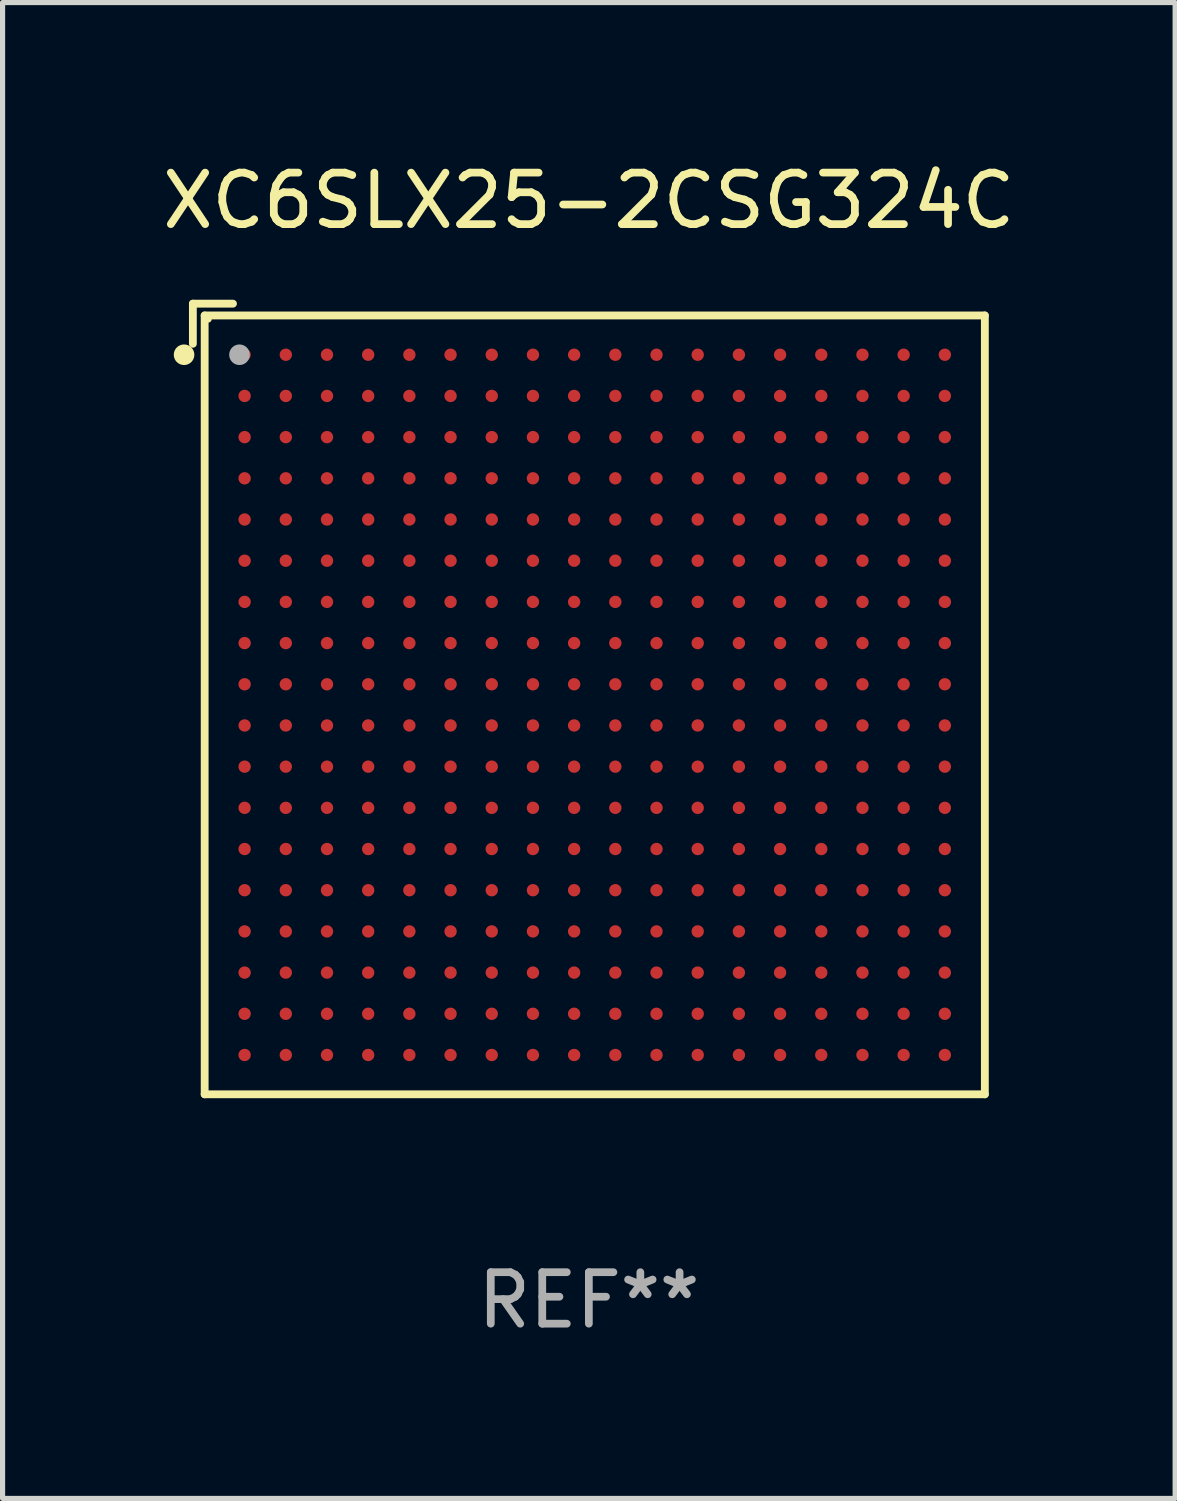
<source format=kicad_pcb>
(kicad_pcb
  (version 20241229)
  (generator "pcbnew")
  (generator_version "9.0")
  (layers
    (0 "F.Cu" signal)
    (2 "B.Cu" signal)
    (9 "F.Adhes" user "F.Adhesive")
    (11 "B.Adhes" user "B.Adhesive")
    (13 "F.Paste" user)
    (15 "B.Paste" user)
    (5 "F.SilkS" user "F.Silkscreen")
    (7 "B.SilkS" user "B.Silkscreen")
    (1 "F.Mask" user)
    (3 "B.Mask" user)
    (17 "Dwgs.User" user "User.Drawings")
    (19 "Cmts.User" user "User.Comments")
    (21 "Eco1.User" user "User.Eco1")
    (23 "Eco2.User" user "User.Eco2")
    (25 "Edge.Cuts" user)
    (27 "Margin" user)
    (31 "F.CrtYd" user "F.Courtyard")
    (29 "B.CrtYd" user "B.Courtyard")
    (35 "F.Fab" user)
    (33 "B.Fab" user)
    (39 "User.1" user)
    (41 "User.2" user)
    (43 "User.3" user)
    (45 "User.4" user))
  (footprint "XC6SLX25-2CSG324C"
    (layer "F.Cu")
    (at 8.387 10.526)
    (property "Reference" "XC6SLX25-2CSG324C" (at 0 -9.678 0) (layer "F.SilkS") (effects (font (size 1 1) (thickness 0.15))))
    (attr through_hole)
    (fp_line (start -7.691 -7.678) (end -7.691 -6.899) (stroke (width 0.152) (type solid)) (layer "F.SilkS"))
    (fp_line (start -7.462 -7.449) (end 7.691 -7.449) (stroke (width 0.152) (type solid)) (layer "F.SilkS"))
    (fp_line (start -7.462 7.678) (end -7.462 -7.449) (stroke (width 0.152) (type solid)) (layer "F.SilkS"))
    (fp_line (start -6.912 -7.678) (end -7.691 -7.678) (stroke (width 0.152) (type solid)) (layer "F.SilkS"))
    (fp_line (start 7.691 -7.449) (end 7.691 7.678) (stroke (width 0.152) (type solid)) (layer "F.SilkS"))
    (fp_line (start 7.691 7.678) (end -7.462 7.678) (stroke (width 0.152) (type solid)) (layer "F.SilkS"))
    (fp_circle (center -7.862 -6.686) (end -7.762 -6.686) (stroke (width 0.2) (type solid)) (fill no) (layer "F.SilkS"))
    (fp_circle (center -7.386 -7.373) (end -7.356 -7.373) (stroke (width 0.06) (type solid)) (fill no) (layer "F.SilkS"))
    (fp_circle (center -6.786 -6.686) (end -6.686 -6.686) (stroke (width 0.2) (type solid)) (fill no) (layer "F.Fab"))
    (fp_text user "REF**" (at 0 11.678 0) (layer "F.Fab") (effects (font (size 1 1) (thickness 0.15))))
    (pad "A1" smd circle (at -6.686 -6.686) (size 0.24 0.24) (layers "F.Cu" "F.Mask" "F.Paste"))
    (pad "A2" smd circle (at -5.886 -6.686) (size 0.24 0.24) (layers "F.Cu" "F.Mask" "F.Paste"))
    (pad "A3" smd circle (at -5.086 -6.686) (size 0.24 0.24) (layers "F.Cu" "F.Mask" "F.Paste"))
    (pad "A4" smd circle (at -4.286 -6.686) (size 0.24 0.24) (layers "F.Cu" "F.Mask" "F.Paste"))
    (pad "A5" smd circle (at -3.486 -6.686) (size 0.24 0.24) (layers "F.Cu" "F.Mask" "F.Paste"))
    (pad "A6" smd circle (at -2.686 -6.686) (size 0.24 0.24) (layers "F.Cu" "F.Mask" "F.Paste"))
    (pad "A7" smd circle (at -1.886 -6.686) (size 0.24 0.24) (layers "F.Cu" "F.Mask" "F.Paste"))
    (pad "A8" smd circle (at -1.086 -6.686) (size 0.24 0.24) (layers "F.Cu" "F.Mask" "F.Paste"))
    (pad "A9" smd circle (at -0.286 -6.686) (size 0.24 0.24) (layers "F.Cu" "F.Mask" "F.Paste"))
    (pad "A10" smd circle (at 0.514 -6.686) (size 0.24 0.24) (layers "F.Cu" "F.Mask" "F.Paste"))
    (pad "A11" smd circle (at 1.314 -6.686) (size 0.24 0.24) (layers "F.Cu" "F.Mask" "F.Paste"))
    (pad "A12" smd circle (at 2.114 -6.686) (size 0.24 0.24) (layers "F.Cu" "F.Mask" "F.Paste"))
    (pad "A13" smd circle (at 2.914 -6.686) (size 0.24 0.24) (layers "F.Cu" "F.Mask" "F.Paste"))
    (pad "A14" smd circle (at 3.714 -6.686) (size 0.24 0.24) (layers "F.Cu" "F.Mask" "F.Paste"))
    (pad "A15" smd circle (at 4.514 -6.686) (size 0.24 0.24) (layers "F.Cu" "F.Mask" "F.Paste"))
    (pad "A16" smd circle (at 5.314 -6.686) (size 0.24 0.24) (layers "F.Cu" "F.Mask" "F.Paste"))
    (pad "A17" smd circle (at 6.114 -6.686) (size 0.24 0.24) (layers "F.Cu" "F.Mask" "F.Paste"))
    (pad "A18" smd circle (at 6.914 -6.686) (size 0.24 0.24) (layers "F.Cu" "F.Mask" "F.Paste"))
    (pad "B1" smd circle (at -6.686 -5.886) (size 0.24 0.24) (layers "F.Cu" "F.Mask" "F.Paste"))
    (pad "B2" smd circle (at -5.886 -5.886) (size 0.24 0.24) (layers "F.Cu" "F.Mask" "F.Paste"))
    (pad "B3" smd circle (at -5.086 -5.886) (size 0.24 0.24) (layers "F.Cu" "F.Mask" "F.Paste"))
    (pad "B4" smd circle (at -4.286 -5.886) (size 0.24 0.24) (layers "F.Cu" "F.Mask" "F.Paste"))
    (pad "B5" smd circle (at -3.486 -5.886) (size 0.24 0.24) (layers "F.Cu" "F.Mask" "F.Paste"))
    (pad "B6" smd circle (at -2.686 -5.886) (size 0.24 0.24) (layers "F.Cu" "F.Mask" "F.Paste"))
    (pad "B7" smd circle (at -1.886 -5.886) (size 0.24 0.24) (layers "F.Cu" "F.Mask" "F.Paste"))
    (pad "B8" smd circle (at -1.086 -5.886) (size 0.24 0.24) (layers "F.Cu" "F.Mask" "F.Paste"))
    (pad "B9" smd circle (at -0.286 -5.886) (size 0.24 0.24) (layers "F.Cu" "F.Mask" "F.Paste"))
    (pad "B10" smd circle (at 0.514 -5.886) (size 0.24 0.24) (layers "F.Cu" "F.Mask" "F.Paste"))
    (pad "B11" smd circle (at 1.314 -5.886) (size 0.24 0.24) (layers "F.Cu" "F.Mask" "F.Paste"))
    (pad "B12" smd circle (at 2.114 -5.886) (size 0.24 0.24) (layers "F.Cu" "F.Mask" "F.Paste"))
    (pad "B13" smd circle (at 2.914 -5.886) (size 0.24 0.24) (layers "F.Cu" "F.Mask" "F.Paste"))
    (pad "B14" smd circle (at 3.714 -5.886) (size 0.24 0.24) (layers "F.Cu" "F.Mask" "F.Paste"))
    (pad "B15" smd circle (at 4.514 -5.886) (size 0.24 0.24) (layers "F.Cu" "F.Mask" "F.Paste"))
    (pad "B16" smd circle (at 5.314 -5.886) (size 0.24 0.24) (layers "F.Cu" "F.Mask" "F.Paste"))
    (pad "B17" smd circle (at 6.114 -5.886) (size 0.24 0.24) (layers "F.Cu" "F.Mask" "F.Paste"))
    (pad "B18" smd circle (at 6.914 -5.886) (size 0.24 0.24) (layers "F.Cu" "F.Mask" "F.Paste"))
    (pad "C1" smd circle (at -6.686 -5.086) (size 0.24 0.24) (layers "F.Cu" "F.Mask" "F.Paste"))
    (pad "C2" smd circle (at -5.886 -5.086) (size 0.24 0.24) (layers "F.Cu" "F.Mask" "F.Paste"))
    (pad "C3" smd circle (at -5.086 -5.086) (size 0.24 0.24) (layers "F.Cu" "F.Mask" "F.Paste"))
    (pad "C4" smd circle (at -4.286 -5.086) (size 0.24 0.24) (layers "F.Cu" "F.Mask" "F.Paste"))
    (pad "C5" smd circle (at -3.486 -5.086) (size 0.24 0.24) (layers "F.Cu" "F.Mask" "F.Paste"))
    (pad "C6" smd circle (at -2.686 -5.086) (size 0.24 0.24) (layers "F.Cu" "F.Mask" "F.Paste"))
    (pad "C7" smd circle (at -1.886 -5.086) (size 0.24 0.24) (layers "F.Cu" "F.Mask" "F.Paste"))
    (pad "C8" smd circle (at -1.086 -5.086) (size 0.24 0.24) (layers "F.Cu" "F.Mask" "F.Paste"))
    (pad "C9" smd circle (at -0.286 -5.086) (size 0.24 0.24) (layers "F.Cu" "F.Mask" "F.Paste"))
    (pad "C10" smd circle (at 0.514 -5.086) (size 0.24 0.24) (layers "F.Cu" "F.Mask" "F.Paste"))
    (pad "C11" smd circle (at 1.314 -5.086) (size 0.24 0.24) (layers "F.Cu" "F.Mask" "F.Paste"))
    (pad "C12" smd circle (at 2.114 -5.086) (size 0.24 0.24) (layers "F.Cu" "F.Mask" "F.Paste"))
    (pad "C13" smd circle (at 2.914 -5.086) (size 0.24 0.24) (layers "F.Cu" "F.Mask" "F.Paste"))
    (pad "C14" smd circle (at 3.714 -5.086) (size 0.24 0.24) (layers "F.Cu" "F.Mask" "F.Paste"))
    (pad "C15" smd circle (at 4.514 -5.086) (size 0.24 0.24) (layers "F.Cu" "F.Mask" "F.Paste"))
    (pad "C16" smd circle (at 5.314 -5.086) (size 0.24 0.24) (layers "F.Cu" "F.Mask" "F.Paste"))
    (pad "C17" smd circle (at 6.114 -5.086) (size 0.24 0.24) (layers "F.Cu" "F.Mask" "F.Paste"))
    (pad "C18" smd circle (at 6.914 -5.086) (size 0.24 0.24) (layers "F.Cu" "F.Mask" "F.Paste"))
    (pad "D1" smd circle (at -6.686 -4.286) (size 0.24 0.24) (layers "F.Cu" "F.Mask" "F.Paste"))
    (pad "D2" smd circle (at -5.886 -4.286) (size 0.24 0.24) (layers "F.Cu" "F.Mask" "F.Paste"))
    (pad "D3" smd circle (at -5.086 -4.286) (size 0.24 0.24) (layers "F.Cu" "F.Mask" "F.Paste"))
    (pad "D4" smd circle (at -4.286 -4.286) (size 0.24 0.24) (layers "F.Cu" "F.Mask" "F.Paste"))
    (pad "D5" smd circle (at -3.486 -4.286) (size 0.24 0.24) (layers "F.Cu" "F.Mask" "F.Paste"))
    (pad "D6" smd circle (at -2.686 -4.286) (size 0.24 0.24) (layers "F.Cu" "F.Mask" "F.Paste"))
    (pad "D7" smd circle (at -1.886 -4.286) (size 0.24 0.24) (layers "F.Cu" "F.Mask" "F.Paste"))
    (pad "D8" smd circle (at -1.086 -4.286) (size 0.24 0.24) (layers "F.Cu" "F.Mask" "F.Paste"))
    (pad "D9" smd circle (at -0.286 -4.286) (size 0.24 0.24) (layers "F.Cu" "F.Mask" "F.Paste"))
    (pad "D10" smd circle (at 0.514 -4.286) (size 0.24 0.24) (layers "F.Cu" "F.Mask" "F.Paste"))
    (pad "D11" smd circle (at 1.314 -4.286) (size 0.24 0.24) (layers "F.Cu" "F.Mask" "F.Paste"))
    (pad "D12" smd circle (at 2.114 -4.286) (size 0.24 0.24) (layers "F.Cu" "F.Mask" "F.Paste"))
    (pad "D13" smd circle (at 2.914 -4.286) (size 0.24 0.24) (layers "F.Cu" "F.Mask" "F.Paste"))
    (pad "D14" smd circle (at 3.714 -4.286) (size 0.24 0.24) (layers "F.Cu" "F.Mask" "F.Paste"))
    (pad "D15" smd circle (at 4.514 -4.286) (size 0.24 0.24) (layers "F.Cu" "F.Mask" "F.Paste"))
    (pad "D16" smd circle (at 5.314 -4.286) (size 0.24 0.24) (layers "F.Cu" "F.Mask" "F.Paste"))
    (pad "D17" smd circle (at 6.114 -4.286) (size 0.24 0.24) (layers "F.Cu" "F.Mask" "F.Paste"))
    (pad "D18" smd circle (at 6.914 -4.286) (size 0.24 0.24) (layers "F.Cu" "F.Mask" "F.Paste"))
    (pad "E1" smd circle (at -6.686 -3.486) (size 0.24 0.24) (layers "F.Cu" "F.Mask" "F.Paste"))
    (pad "E2" smd circle (at -5.886 -3.486) (size 0.24 0.24) (layers "F.Cu" "F.Mask" "F.Paste"))
    (pad "E3" smd circle (at -5.086 -3.486) (size 0.24 0.24) (layers "F.Cu" "F.Mask" "F.Paste"))
    (pad "E4" smd circle (at -4.286 -3.486) (size 0.24 0.24) (layers "F.Cu" "F.Mask" "F.Paste"))
    (pad "E5" smd circle (at -3.486 -3.486) (size 0.24 0.24) (layers "F.Cu" "F.Mask" "F.Paste"))
    (pad "E6" smd circle (at -2.686 -3.486) (size 0.24 0.24) (layers "F.Cu" "F.Mask" "F.Paste"))
    (pad "E7" smd circle (at -1.886 -3.486) (size 0.24 0.24) (layers "F.Cu" "F.Mask" "F.Paste"))
    (pad "E8" smd circle (at -1.086 -3.486) (size 0.24 0.24) (layers "F.Cu" "F.Mask" "F.Paste"))
    (pad "E9" smd circle (at -0.286 -3.486) (size 0.24 0.24) (layers "F.Cu" "F.Mask" "F.Paste"))
    (pad "E10" smd circle (at 0.514 -3.486) (size 0.24 0.24) (layers "F.Cu" "F.Mask" "F.Paste"))
    (pad "E11" smd circle (at 1.314 -3.486) (size 0.24 0.24) (layers "F.Cu" "F.Mask" "F.Paste"))
    (pad "E12" smd circle (at 2.114 -3.486) (size 0.24 0.24) (layers "F.Cu" "F.Mask" "F.Paste"))
    (pad "E13" smd circle (at 2.914 -3.486) (size 0.24 0.24) (layers "F.Cu" "F.Mask" "F.Paste"))
    (pad "E14" smd circle (at 3.714 -3.486) (size 0.24 0.24) (layers "F.Cu" "F.Mask" "F.Paste"))
    (pad "E15" smd circle (at 4.514 -3.486) (size 0.24 0.24) (layers "F.Cu" "F.Mask" "F.Paste"))
    (pad "E16" smd circle (at 5.314 -3.486) (size 0.24 0.24) (layers "F.Cu" "F.Mask" "F.Paste"))
    (pad "E17" smd circle (at 6.114 -3.486) (size 0.24 0.24) (layers "F.Cu" "F.Mask" "F.Paste"))
    (pad "E18" smd circle (at 6.914 -3.486) (size 0.24 0.24) (layers "F.Cu" "F.Mask" "F.Paste"))
    (pad "F1" smd circle (at -6.686 -2.686) (size 0.24 0.24) (layers "F.Cu" "F.Mask" "F.Paste"))
    (pad "F2" smd circle (at -5.886 -2.686) (size 0.24 0.24) (layers "F.Cu" "F.Mask" "F.Paste"))
    (pad "F3" smd circle (at -5.086 -2.686) (size 0.24 0.24) (layers "F.Cu" "F.Mask" "F.Paste"))
    (pad "F4" smd circle (at -4.286 -2.686) (size 0.24 0.24) (layers "F.Cu" "F.Mask" "F.Paste"))
    (pad "F5" smd circle (at -3.486 -2.686) (size 0.24 0.24) (layers "F.Cu" "F.Mask" "F.Paste"))
    (pad "F6" smd circle (at -2.686 -2.686) (size 0.24 0.24) (layers "F.Cu" "F.Mask" "F.Paste"))
    (pad "F7" smd circle (at -1.886 -2.686) (size 0.24 0.24) (layers "F.Cu" "F.Mask" "F.Paste"))
    (pad "F8" smd circle (at -1.086 -2.686) (size 0.24 0.24) (layers "F.Cu" "F.Mask" "F.Paste"))
    (pad "F9" smd circle (at -0.286 -2.686) (size 0.24 0.24) (layers "F.Cu" "F.Mask" "F.Paste"))
    (pad "F10" smd circle (at 0.514 -2.686) (size 0.24 0.24) (layers "F.Cu" "F.Mask" "F.Paste"))
    (pad "F11" smd circle (at 1.314 -2.686) (size 0.24 0.24) (layers "F.Cu" "F.Mask" "F.Paste"))
    (pad "F12" smd circle (at 2.114 -2.686) (size 0.24 0.24) (layers "F.Cu" "F.Mask" "F.Paste"))
    (pad "F13" smd circle (at 2.914 -2.686) (size 0.24 0.24) (layers "F.Cu" "F.Mask" "F.Paste"))
    (pad "F14" smd circle (at 3.714 -2.686) (size 0.24 0.24) (layers "F.Cu" "F.Mask" "F.Paste"))
    (pad "F15" smd circle (at 4.514 -2.686) (size 0.24 0.24) (layers "F.Cu" "F.Mask" "F.Paste"))
    (pad "F16" smd circle (at 5.314 -2.686) (size 0.24 0.24) (layers "F.Cu" "F.Mask" "F.Paste"))
    (pad "F17" smd circle (at 6.114 -2.686) (size 0.24 0.24) (layers "F.Cu" "F.Mask" "F.Paste"))
    (pad "F18" smd circle (at 6.914 -2.686) (size 0.24 0.24) (layers "F.Cu" "F.Mask" "F.Paste"))
    (pad "G1" smd circle (at -6.686 -1.886) (size 0.24 0.24) (layers "F.Cu" "F.Mask" "F.Paste"))
    (pad "G2" smd circle (at -5.886 -1.886) (size 0.24 0.24) (layers "F.Cu" "F.Mask" "F.Paste"))
    (pad "G3" smd circle (at -5.086 -1.886) (size 0.24 0.24) (layers "F.Cu" "F.Mask" "F.Paste"))
    (pad "G4" smd circle (at -4.286 -1.886) (size 0.24 0.24) (layers "F.Cu" "F.Mask" "F.Paste"))
    (pad "G5" smd circle (at -3.486 -1.886) (size 0.24 0.24) (layers "F.Cu" "F.Mask" "F.Paste"))
    (pad "G6" smd circle (at -2.686 -1.886) (size 0.24 0.24) (layers "F.Cu" "F.Mask" "F.Paste"))
    (pad "G7" smd circle (at -1.886 -1.886) (size 0.24 0.24) (layers "F.Cu" "F.Mask" "F.Paste"))
    (pad "G8" smd circle (at -1.086 -1.886) (size 0.24 0.24) (layers "F.Cu" "F.Mask" "F.Paste"))
    (pad "G9" smd circle (at -0.286 -1.886) (size 0.24 0.24) (layers "F.Cu" "F.Mask" "F.Paste"))
    (pad "G10" smd circle (at 0.514 -1.886) (size 0.24 0.24) (layers "F.Cu" "F.Mask" "F.Paste"))
    (pad "G11" smd circle (at 1.314 -1.886) (size 0.24 0.24) (layers "F.Cu" "F.Mask" "F.Paste"))
    (pad "G12" smd circle (at 2.114 -1.886) (size 0.24 0.24) (layers "F.Cu" "F.Mask" "F.Paste"))
    (pad "G13" smd circle (at 2.914 -1.886) (size 0.24 0.24) (layers "F.Cu" "F.Mask" "F.Paste"))
    (pad "G14" smd circle (at 3.714 -1.886) (size 0.24 0.24) (layers "F.Cu" "F.Mask" "F.Paste"))
    (pad "G15" smd circle (at 4.514 -1.886) (size 0.24 0.24) (layers "F.Cu" "F.Mask" "F.Paste"))
    (pad "G16" smd circle (at 5.314 -1.886) (size 0.24 0.24) (layers "F.Cu" "F.Mask" "F.Paste"))
    (pad "G17" smd circle (at 6.114 -1.886) (size 0.24 0.24) (layers "F.Cu" "F.Mask" "F.Paste"))
    (pad "G18" smd circle (at 6.914 -1.886) (size 0.24 0.24) (layers "F.Cu" "F.Mask" "F.Paste"))
    (pad "H1" smd circle (at -6.686 -1.086) (size 0.24 0.24) (layers "F.Cu" "F.Mask" "F.Paste"))
    (pad "H2" smd circle (at -5.886 -1.086) (size 0.24 0.24) (layers "F.Cu" "F.Mask" "F.Paste"))
    (pad "H3" smd circle (at -5.086 -1.086) (size 0.24 0.24) (layers "F.Cu" "F.Mask" "F.Paste"))
    (pad "H4" smd circle (at -4.286 -1.086) (size 0.24 0.24) (layers "F.Cu" "F.Mask" "F.Paste"))
    (pad "H5" smd circle (at -3.486 -1.086) (size 0.24 0.24) (layers "F.Cu" "F.Mask" "F.Paste"))
    (pad "H6" smd circle (at -2.686 -1.086) (size 0.24 0.24) (layers "F.Cu" "F.Mask" "F.Paste"))
    (pad "H7" smd circle (at -1.886 -1.086) (size 0.24 0.24) (layers "F.Cu" "F.Mask" "F.Paste"))
    (pad "H8" smd circle (at -1.086 -1.086) (size 0.24 0.24) (layers "F.Cu" "F.Mask" "F.Paste"))
    (pad "H9" smd circle (at -0.286 -1.086) (size 0.24 0.24) (layers "F.Cu" "F.Mask" "F.Paste"))
    (pad "H10" smd circle (at 0.514 -1.086) (size 0.24 0.24) (layers "F.Cu" "F.Mask" "F.Paste"))
    (pad "H11" smd circle (at 1.314 -1.086) (size 0.24 0.24) (layers "F.Cu" "F.Mask" "F.Paste"))
    (pad "H12" smd circle (at 2.114 -1.086) (size 0.24 0.24) (layers "F.Cu" "F.Mask" "F.Paste"))
    (pad "H13" smd circle (at 2.914 -1.086) (size 0.24 0.24) (layers "F.Cu" "F.Mask" "F.Paste"))
    (pad "H14" smd circle (at 3.714 -1.086) (size 0.24 0.24) (layers "F.Cu" "F.Mask" "F.Paste"))
    (pad "H15" smd circle (at 4.514 -1.086) (size 0.24 0.24) (layers "F.Cu" "F.Mask" "F.Paste"))
    (pad "H16" smd circle (at 5.314 -1.086) (size 0.24 0.24) (layers "F.Cu" "F.Mask" "F.Paste"))
    (pad "H17" smd circle (at 6.114 -1.086) (size 0.24 0.24) (layers "F.Cu" "F.Mask" "F.Paste"))
    (pad "H18" smd circle (at 6.914 -1.086) (size 0.24 0.24) (layers "F.Cu" "F.Mask" "F.Paste"))
    (pad "J1" smd circle (at -6.686 -0.286) (size 0.24 0.24) (layers "F.Cu" "F.Mask" "F.Paste"))
    (pad "J2" smd circle (at -5.886 -0.286) (size 0.24 0.24) (layers "F.Cu" "F.Mask" "F.Paste"))
    (pad "J3" smd circle (at -5.086 -0.286) (size 0.24 0.24) (layers "F.Cu" "F.Mask" "F.Paste"))
    (pad "J4" smd circle (at -4.286 -0.286) (size 0.24 0.24) (layers "F.Cu" "F.Mask" "F.Paste"))
    (pad "J5" smd circle (at -3.486 -0.286) (size 0.24 0.24) (layers "F.Cu" "F.Mask" "F.Paste"))
    (pad "J6" smd circle (at -2.686 -0.286) (size 0.24 0.24) (layers "F.Cu" "F.Mask" "F.Paste"))
    (pad "J7" smd circle (at -1.886 -0.286) (size 0.24 0.24) (layers "F.Cu" "F.Mask" "F.Paste"))
    (pad "J8" smd circle (at -1.086 -0.286) (size 0.24 0.24) (layers "F.Cu" "F.Mask" "F.Paste"))
    (pad "J9" smd circle (at -0.286 -0.286) (size 0.24 0.24) (layers "F.Cu" "F.Mask" "F.Paste"))
    (pad "J10" smd circle (at 0.514 -0.286) (size 0.24 0.24) (layers "F.Cu" "F.Mask" "F.Paste"))
    (pad "J11" smd circle (at 1.314 -0.286) (size 0.24 0.24) (layers "F.Cu" "F.Mask" "F.Paste"))
    (pad "J12" smd circle (at 2.114 -0.286) (size 0.24 0.24) (layers "F.Cu" "F.Mask" "F.Paste"))
    (pad "J13" smd circle (at 2.914 -0.286) (size 0.24 0.24) (layers "F.Cu" "F.Mask" "F.Paste"))
    (pad "J14" smd circle (at 3.714 -0.286) (size 0.24 0.24) (layers "F.Cu" "F.Mask" "F.Paste"))
    (pad "J15" smd circle (at 4.514 -0.286) (size 0.24 0.24) (layers "F.Cu" "F.Mask" "F.Paste"))
    (pad "J16" smd circle (at 5.314 -0.286) (size 0.24 0.24) (layers "F.Cu" "F.Mask" "F.Paste"))
    (pad "J17" smd circle (at 6.114 -0.286) (size 0.24 0.24) (layers "F.Cu" "F.Mask" "F.Paste"))
    (pad "J18" smd circle (at 6.914 -0.286) (size 0.24 0.24) (layers "F.Cu" "F.Mask" "F.Paste"))
    (pad "K1" smd circle (at -6.686 0.514) (size 0.24 0.24) (layers "F.Cu" "F.Mask" "F.Paste"))
    (pad "K2" smd circle (at -5.886 0.514) (size 0.24 0.24) (layers "F.Cu" "F.Mask" "F.Paste"))
    (pad "K3" smd circle (at -5.086 0.514) (size 0.24 0.24) (layers "F.Cu" "F.Mask" "F.Paste"))
    (pad "K4" smd circle (at -4.286 0.514) (size 0.24 0.24) (layers "F.Cu" "F.Mask" "F.Paste"))
    (pad "K5" smd circle (at -3.486 0.514) (size 0.24 0.24) (layers "F.Cu" "F.Mask" "F.Paste"))
    (pad "K6" smd circle (at -2.686 0.514) (size 0.24 0.24) (layers "F.Cu" "F.Mask" "F.Paste"))
    (pad "K7" smd circle (at -1.886 0.514) (size 0.24 0.24) (layers "F.Cu" "F.Mask" "F.Paste"))
    (pad "K8" smd circle (at -1.086 0.514) (size 0.24 0.24) (layers "F.Cu" "F.Mask" "F.Paste"))
    (pad "K9" smd circle (at -0.286 0.514) (size 0.24 0.24) (layers "F.Cu" "F.Mask" "F.Paste"))
    (pad "K10" smd circle (at 0.514 0.514) (size 0.24 0.24) (layers "F.Cu" "F.Mask" "F.Paste"))
    (pad "K11" smd circle (at 1.314 0.514) (size 0.24 0.24) (layers "F.Cu" "F.Mask" "F.Paste"))
    (pad "K12" smd circle (at 2.114 0.514) (size 0.24 0.24) (layers "F.Cu" "F.Mask" "F.Paste"))
    (pad "K13" smd circle (at 2.914 0.514) (size 0.24 0.24) (layers "F.Cu" "F.Mask" "F.Paste"))
    (pad "K14" smd circle (at 3.714 0.514) (size 0.24 0.24) (layers "F.Cu" "F.Mask" "F.Paste"))
    (pad "K15" smd circle (at 4.514 0.514) (size 0.24 0.24) (layers "F.Cu" "F.Mask" "F.Paste"))
    (pad "K16" smd circle (at 5.314 0.514) (size 0.24 0.24) (layers "F.Cu" "F.Mask" "F.Paste"))
    (pad "K17" smd circle (at 6.114 0.514) (size 0.24 0.24) (layers "F.Cu" "F.Mask" "F.Paste"))
    (pad "K18" smd circle (at 6.914 0.514) (size 0.24 0.24) (layers "F.Cu" "F.Mask" "F.Paste"))
    (pad "L1" smd circle (at -6.686 1.314) (size 0.24 0.24) (layers "F.Cu" "F.Mask" "F.Paste"))
    (pad "L2" smd circle (at -5.886 1.314) (size 0.24 0.24) (layers "F.Cu" "F.Mask" "F.Paste"))
    (pad "L3" smd circle (at -5.086 1.314) (size 0.24 0.24) (layers "F.Cu" "F.Mask" "F.Paste"))
    (pad "L4" smd circle (at -4.286 1.314) (size 0.24 0.24) (layers "F.Cu" "F.Mask" "F.Paste"))
    (pad "L5" smd circle (at -3.486 1.314) (size 0.24 0.24) (layers "F.Cu" "F.Mask" "F.Paste"))
    (pad "L6" smd circle (at -2.686 1.314) (size 0.24 0.24) (layers "F.Cu" "F.Mask" "F.Paste"))
    (pad "L7" smd circle (at -1.886 1.314) (size 0.24 0.24) (layers "F.Cu" "F.Mask" "F.Paste"))
    (pad "L8" smd circle (at -1.086 1.314) (size 0.24 0.24) (layers "F.Cu" "F.Mask" "F.Paste"))
    (pad "L9" smd circle (at -0.286 1.314) (size 0.24 0.24) (layers "F.Cu" "F.Mask" "F.Paste"))
    (pad "L10" smd circle (at 0.514 1.314) (size 0.24 0.24) (layers "F.Cu" "F.Mask" "F.Paste"))
    (pad "L11" smd circle (at 1.314 1.314) (size 0.24 0.24) (layers "F.Cu" "F.Mask" "F.Paste"))
    (pad "L12" smd circle (at 2.114 1.314) (size 0.24 0.24) (layers "F.Cu" "F.Mask" "F.Paste"))
    (pad "L13" smd circle (at 2.914 1.314) (size 0.24 0.24) (layers "F.Cu" "F.Mask" "F.Paste"))
    (pad "L14" smd circle (at 3.714 1.314) (size 0.24 0.24) (layers "F.Cu" "F.Mask" "F.Paste"))
    (pad "L15" smd circle (at 4.514 1.314) (size 0.24 0.24) (layers "F.Cu" "F.Mask" "F.Paste"))
    (pad "L16" smd circle (at 5.314 1.314) (size 0.24 0.24) (layers "F.Cu" "F.Mask" "F.Paste"))
    (pad "L17" smd circle (at 6.114 1.314) (size 0.24 0.24) (layers "F.Cu" "F.Mask" "F.Paste"))
    (pad "L18" smd circle (at 6.914 1.314) (size 0.24 0.24) (layers "F.Cu" "F.Mask" "F.Paste"))
    (pad "M1" smd circle (at -6.686 2.114) (size 0.24 0.24) (layers "F.Cu" "F.Mask" "F.Paste"))
    (pad "M2" smd circle (at -5.886 2.114) (size 0.24 0.24) (layers "F.Cu" "F.Mask" "F.Paste"))
    (pad "M3" smd circle (at -5.086 2.114) (size 0.24 0.24) (layers "F.Cu" "F.Mask" "F.Paste"))
    (pad "M4" smd circle (at -4.286 2.114) (size 0.24 0.24) (layers "F.Cu" "F.Mask" "F.Paste"))
    (pad "M5" smd circle (at -3.486 2.114) (size 0.24 0.24) (layers "F.Cu" "F.Mask" "F.Paste"))
    (pad "M6" smd circle (at -2.686 2.114) (size 0.24 0.24) (layers "F.Cu" "F.Mask" "F.Paste"))
    (pad "M7" smd circle (at -1.886 2.114) (size 0.24 0.24) (layers "F.Cu" "F.Mask" "F.Paste"))
    (pad "M8" smd circle (at -1.086 2.114) (size 0.24 0.24) (layers "F.Cu" "F.Mask" "F.Paste"))
    (pad "M9" smd circle (at -0.286 2.114) (size 0.24 0.24) (layers "F.Cu" "F.Mask" "F.Paste"))
    (pad "M10" smd circle (at 0.514 2.114) (size 0.24 0.24) (layers "F.Cu" "F.Mask" "F.Paste"))
    (pad "M11" smd circle (at 1.314 2.114) (size 0.24 0.24) (layers "F.Cu" "F.Mask" "F.Paste"))
    (pad "M12" smd circle (at 2.114 2.114) (size 0.24 0.24) (layers "F.Cu" "F.Mask" "F.Paste"))
    (pad "M13" smd circle (at 2.914 2.114) (size 0.24 0.24) (layers "F.Cu" "F.Mask" "F.Paste"))
    (pad "M14" smd circle (at 3.714 2.114) (size 0.24 0.24) (layers "F.Cu" "F.Mask" "F.Paste"))
    (pad "M15" smd circle (at 4.514 2.114) (size 0.24 0.24) (layers "F.Cu" "F.Mask" "F.Paste"))
    (pad "M16" smd circle (at 5.314 2.114) (size 0.24 0.24) (layers "F.Cu" "F.Mask" "F.Paste"))
    (pad "M17" smd circle (at 6.114 2.114) (size 0.24 0.24) (layers "F.Cu" "F.Mask" "F.Paste"))
    (pad "M18" smd circle (at 6.914 2.114) (size 0.24 0.24) (layers "F.Cu" "F.Mask" "F.Paste"))
    (pad "N1" smd circle (at -6.686 2.914) (size 0.24 0.24) (layers "F.Cu" "F.Mask" "F.Paste"))
    (pad "N2" smd circle (at -5.886 2.914) (size 0.24 0.24) (layers "F.Cu" "F.Mask" "F.Paste"))
    (pad "N3" smd circle (at -5.086 2.914) (size 0.24 0.24) (layers "F.Cu" "F.Mask" "F.Paste"))
    (pad "N4" smd circle (at -4.286 2.914) (size 0.24 0.24) (layers "F.Cu" "F.Mask" "F.Paste"))
    (pad "N5" smd circle (at -3.486 2.914) (size 0.24 0.24) (layers "F.Cu" "F.Mask" "F.Paste"))
    (pad "N6" smd circle (at -2.686 2.914) (size 0.24 0.24) (layers "F.Cu" "F.Mask" "F.Paste"))
    (pad "N7" smd circle (at -1.886 2.914) (size 0.24 0.24) (layers "F.Cu" "F.Mask" "F.Paste"))
    (pad "N8" smd circle (at -1.086 2.914) (size 0.24 0.24) (layers "F.Cu" "F.Mask" "F.Paste"))
    (pad "N9" smd circle (at -0.286 2.914) (size 0.24 0.24) (layers "F.Cu" "F.Mask" "F.Paste"))
    (pad "N10" smd circle (at 0.514 2.914) (size 0.24 0.24) (layers "F.Cu" "F.Mask" "F.Paste"))
    (pad "N11" smd circle (at 1.314 2.914) (size 0.24 0.24) (layers "F.Cu" "F.Mask" "F.Paste"))
    (pad "N12" smd circle (at 2.114 2.914) (size 0.24 0.24) (layers "F.Cu" "F.Mask" "F.Paste"))
    (pad "N13" smd circle (at 2.914 2.914) (size 0.24 0.24) (layers "F.Cu" "F.Mask" "F.Paste"))
    (pad "N14" smd circle (at 3.714 2.914) (size 0.24 0.24) (layers "F.Cu" "F.Mask" "F.Paste"))
    (pad "N15" smd circle (at 4.514 2.914) (size 0.24 0.24) (layers "F.Cu" "F.Mask" "F.Paste"))
    (pad "N16" smd circle (at 5.314 2.914) (size 0.24 0.24) (layers "F.Cu" "F.Mask" "F.Paste"))
    (pad "N17" smd circle (at 6.114 2.914) (size 0.24 0.24) (layers "F.Cu" "F.Mask" "F.Paste"))
    (pad "N18" smd circle (at 6.914 2.914) (size 0.24 0.24) (layers "F.Cu" "F.Mask" "F.Paste"))
    (pad "P1" smd circle (at -6.686 3.714) (size 0.24 0.24) (layers "F.Cu" "F.Mask" "F.Paste"))
    (pad "P2" smd circle (at -5.886 3.714) (size 0.24 0.24) (layers "F.Cu" "F.Mask" "F.Paste"))
    (pad "P3" smd circle (at -5.086 3.714) (size 0.24 0.24) (layers "F.Cu" "F.Mask" "F.Paste"))
    (pad "P4" smd circle (at -4.286 3.714) (size 0.24 0.24) (layers "F.Cu" "F.Mask" "F.Paste"))
    (pad "P5" smd circle (at -3.486 3.714) (size 0.24 0.24) (layers "F.Cu" "F.Mask" "F.Paste"))
    (pad "P6" smd circle (at -2.686 3.714) (size 0.24 0.24) (layers "F.Cu" "F.Mask" "F.Paste"))
    (pad "P7" smd circle (at -1.886 3.714) (size 0.24 0.24) (layers "F.Cu" "F.Mask" "F.Paste"))
    (pad "P8" smd circle (at -1.086 3.714) (size 0.24 0.24) (layers "F.Cu" "F.Mask" "F.Paste"))
    (pad "P9" smd circle (at -0.286 3.714) (size 0.24 0.24) (layers "F.Cu" "F.Mask" "F.Paste"))
    (pad "P10" smd circle (at 0.514 3.714) (size 0.24 0.24) (layers "F.Cu" "F.Mask" "F.Paste"))
    (pad "P11" smd circle (at 1.314 3.714) (size 0.24 0.24) (layers "F.Cu" "F.Mask" "F.Paste"))
    (pad "P12" smd circle (at 2.114 3.714) (size 0.24 0.24) (layers "F.Cu" "F.Mask" "F.Paste"))
    (pad "P13" smd circle (at 2.914 3.714) (size 0.24 0.24) (layers "F.Cu" "F.Mask" "F.Paste"))
    (pad "P14" smd circle (at 3.714 3.714) (size 0.24 0.24) (layers "F.Cu" "F.Mask" "F.Paste"))
    (pad "P15" smd circle (at 4.514 3.714) (size 0.24 0.24) (layers "F.Cu" "F.Mask" "F.Paste"))
    (pad "P16" smd circle (at 5.314 3.714) (size 0.24 0.24) (layers "F.Cu" "F.Mask" "F.Paste"))
    (pad "P17" smd circle (at 6.114 3.714) (size 0.24 0.24) (layers "F.Cu" "F.Mask" "F.Paste"))
    (pad "P18" smd circle (at 6.914 3.714) (size 0.24 0.24) (layers "F.Cu" "F.Mask" "F.Paste"))
    (pad "R1" smd circle (at -6.686 4.514) (size 0.24 0.24) (layers "F.Cu" "F.Mask" "F.Paste"))
    (pad "R2" smd circle (at -5.886 4.514) (size 0.24 0.24) (layers "F.Cu" "F.Mask" "F.Paste"))
    (pad "R3" smd circle (at -5.086 4.514) (size 0.24 0.24) (layers "F.Cu" "F.Mask" "F.Paste"))
    (pad "R4" smd circle (at -4.286 4.514) (size 0.24 0.24) (layers "F.Cu" "F.Mask" "F.Paste"))
    (pad "R5" smd circle (at -3.486 4.514) (size 0.24 0.24) (layers "F.Cu" "F.Mask" "F.Paste"))
    (pad "R6" smd circle (at -2.686 4.514) (size 0.24 0.24) (layers "F.Cu" "F.Mask" "F.Paste"))
    (pad "R7" smd circle (at -1.886 4.514) (size 0.24 0.24) (layers "F.Cu" "F.Mask" "F.Paste"))
    (pad "R8" smd circle (at -1.086 4.514) (size 0.24 0.24) (layers "F.Cu" "F.Mask" "F.Paste"))
    (pad "R9" smd circle (at -0.286 4.514) (size 0.24 0.24) (layers "F.Cu" "F.Mask" "F.Paste"))
    (pad "R10" smd circle (at 0.514 4.514) (size 0.24 0.24) (layers "F.Cu" "F.Mask" "F.Paste"))
    (pad "R11" smd circle (at 1.314 4.514) (size 0.24 0.24) (layers "F.Cu" "F.Mask" "F.Paste"))
    (pad "R12" smd circle (at 2.114 4.514) (size 0.24 0.24) (layers "F.Cu" "F.Mask" "F.Paste"))
    (pad "R13" smd circle (at 2.914 4.514) (size 0.24 0.24) (layers "F.Cu" "F.Mask" "F.Paste"))
    (pad "R14" smd circle (at 3.714 4.514) (size 0.24 0.24) (layers "F.Cu" "F.Mask" "F.Paste"))
    (pad "R15" smd circle (at 4.514 4.514) (size 0.24 0.24) (layers "F.Cu" "F.Mask" "F.Paste"))
    (pad "R16" smd circle (at 5.314 4.514) (size 0.24 0.24) (layers "F.Cu" "F.Mask" "F.Paste"))
    (pad "R17" smd circle (at 6.114 4.514) (size 0.24 0.24) (layers "F.Cu" "F.Mask" "F.Paste"))
    (pad "R18" smd circle (at 6.914 4.514) (size 0.24 0.24) (layers "F.Cu" "F.Mask" "F.Paste"))
    (pad "T1" smd circle (at -6.686 5.314) (size 0.24 0.24) (layers "F.Cu" "F.Mask" "F.Paste"))
    (pad "T2" smd circle (at -5.886 5.314) (size 0.24 0.24) (layers "F.Cu" "F.Mask" "F.Paste"))
    (pad "T3" smd circle (at -5.086 5.314) (size 0.24 0.24) (layers "F.Cu" "F.Mask" "F.Paste"))
    (pad "T4" smd circle (at -4.286 5.314) (size 0.24 0.24) (layers "F.Cu" "F.Mask" "F.Paste"))
    (pad "T5" smd circle (at -3.486 5.314) (size 0.24 0.24) (layers "F.Cu" "F.Mask" "F.Paste"))
    (pad "T6" smd circle (at -2.686 5.314) (size 0.24 0.24) (layers "F.Cu" "F.Mask" "F.Paste"))
    (pad "T7" smd circle (at -1.886 5.314) (size 0.24 0.24) (layers "F.Cu" "F.Mask" "F.Paste"))
    (pad "T8" smd circle (at -1.086 5.314) (size 0.24 0.24) (layers "F.Cu" "F.Mask" "F.Paste"))
    (pad "T9" smd circle (at -0.286 5.314) (size 0.24 0.24) (layers "F.Cu" "F.Mask" "F.Paste"))
    (pad "T10" smd circle (at 0.514 5.314) (size 0.24 0.24) (layers "F.Cu" "F.Mask" "F.Paste"))
    (pad "T11" smd circle (at 1.314 5.314) (size 0.24 0.24) (layers "F.Cu" "F.Mask" "F.Paste"))
    (pad "T12" smd circle (at 2.114 5.314) (size 0.24 0.24) (layers "F.Cu" "F.Mask" "F.Paste"))
    (pad "T13" smd circle (at 2.914 5.314) (size 0.24 0.24) (layers "F.Cu" "F.Mask" "F.Paste"))
    (pad "T14" smd circle (at 3.714 5.314) (size 0.24 0.24) (layers "F.Cu" "F.Mask" "F.Paste"))
    (pad "T15" smd circle (at 4.514 5.314) (size 0.24 0.24) (layers "F.Cu" "F.Mask" "F.Paste"))
    (pad "T16" smd circle (at 5.314 5.314) (size 0.24 0.24) (layers "F.Cu" "F.Mask" "F.Paste"))
    (pad "T17" smd circle (at 6.114 5.314) (size 0.24 0.24) (layers "F.Cu" "F.Mask" "F.Paste"))
    (pad "T18" smd circle (at 6.914 5.314) (size 0.24 0.24) (layers "F.Cu" "F.Mask" "F.Paste"))
    (pad "U1" smd circle (at -6.686 6.114) (size 0.24 0.24) (layers "F.Cu" "F.Mask" "F.Paste"))
    (pad "U2" smd circle (at -5.886 6.114) (size 0.24 0.24) (layers "F.Cu" "F.Mask" "F.Paste"))
    (pad "U3" smd circle (at -5.086 6.114) (size 0.24 0.24) (layers "F.Cu" "F.Mask" "F.Paste"))
    (pad "U4" smd circle (at -4.286 6.114) (size 0.24 0.24) (layers "F.Cu" "F.Mask" "F.Paste"))
    (pad "U5" smd circle (at -3.486 6.114) (size 0.24 0.24) (layers "F.Cu" "F.Mask" "F.Paste"))
    (pad "U6" smd circle (at -2.686 6.114) (size 0.24 0.24) (layers "F.Cu" "F.Mask" "F.Paste"))
    (pad "U7" smd circle (at -1.886 6.114) (size 0.24 0.24) (layers "F.Cu" "F.Mask" "F.Paste"))
    (pad "U8" smd circle (at -1.086 6.114) (size 0.24 0.24) (layers "F.Cu" "F.Mask" "F.Paste"))
    (pad "U9" smd circle (at -0.286 6.114) (size 0.24 0.24) (layers "F.Cu" "F.Mask" "F.Paste"))
    (pad "U10" smd circle (at 0.514 6.114) (size 0.24 0.24) (layers "F.Cu" "F.Mask" "F.Paste"))
    (pad "U11" smd circle (at 1.314 6.114) (size 0.24 0.24) (layers "F.Cu" "F.Mask" "F.Paste"))
    (pad "U12" smd circle (at 2.114 6.114) (size 0.24 0.24) (layers "F.Cu" "F.Mask" "F.Paste"))
    (pad "U13" smd circle (at 2.914 6.114) (size 0.24 0.24) (layers "F.Cu" "F.Mask" "F.Paste"))
    (pad "U14" smd circle (at 3.714 6.114) (size 0.24 0.24) (layers "F.Cu" "F.Mask" "F.Paste"))
    (pad "U15" smd circle (at 4.514 6.114) (size 0.24 0.24) (layers "F.Cu" "F.Mask" "F.Paste"))
    (pad "U16" smd circle (at 5.314 6.114) (size 0.24 0.24) (layers "F.Cu" "F.Mask" "F.Paste"))
    (pad "U17" smd circle (at 6.114 6.114) (size 0.24 0.24) (layers "F.Cu" "F.Mask" "F.Paste"))
    (pad "U18" smd circle (at 6.914 6.114) (size 0.24 0.24) (layers "F.Cu" "F.Mask" "F.Paste"))
    (pad "V1" smd circle (at -6.686 6.914) (size 0.24 0.24) (layers "F.Cu" "F.Mask" "F.Paste"))
    (pad "V2" smd circle (at -5.886 6.914) (size 0.24 0.24) (layers "F.Cu" "F.Mask" "F.Paste"))
    (pad "V3" smd circle (at -5.086 6.914) (size 0.24 0.24) (layers "F.Cu" "F.Mask" "F.Paste"))
    (pad "V4" smd circle (at -4.286 6.914) (size 0.24 0.24) (layers "F.Cu" "F.Mask" "F.Paste"))
    (pad "V5" smd circle (at -3.486 6.914) (size 0.24 0.24) (layers "F.Cu" "F.Mask" "F.Paste"))
    (pad "V6" smd circle (at -2.686 6.914) (size 0.24 0.24) (layers "F.Cu" "F.Mask" "F.Paste"))
    (pad "V7" smd circle (at -1.886 6.914) (size 0.24 0.24) (layers "F.Cu" "F.Mask" "F.Paste"))
    (pad "V8" smd circle (at -1.086 6.914) (size 0.24 0.24) (layers "F.Cu" "F.Mask" "F.Paste"))
    (pad "V9" smd circle (at -0.286 6.914) (size 0.24 0.24) (layers "F.Cu" "F.Mask" "F.Paste"))
    (pad "V10" smd circle (at 0.514 6.914) (size 0.24 0.24) (layers "F.Cu" "F.Mask" "F.Paste"))
    (pad "V11" smd circle (at 1.314 6.914) (size 0.24 0.24) (layers "F.Cu" "F.Mask" "F.Paste"))
    (pad "V12" smd circle (at 2.114 6.914) (size 0.24 0.24) (layers "F.Cu" "F.Mask" "F.Paste"))
    (pad "V13" smd circle (at 2.914 6.914) (size 0.24 0.24) (layers "F.Cu" "F.Mask" "F.Paste"))
    (pad "V14" smd circle (at 3.714 6.914) (size 0.24 0.24) (layers "F.Cu" "F.Mask" "F.Paste"))
    (pad "V15" smd circle (at 4.514 6.914) (size 0.24 0.24) (layers "F.Cu" "F.Mask" "F.Paste"))
    (pad "V16" smd circle (at 5.314 6.914) (size 0.24 0.24) (layers "F.Cu" "F.Mask" "F.Paste"))
    (pad "V17" smd circle (at 6.114 6.914) (size 0.24 0.24) (layers "F.Cu" "F.Mask" "F.Paste"))
    (pad "V18" smd circle (at 6.914 6.914) (size 0.24 0.24) (layers "F.Cu" "F.Mask" "F.Paste")))
  (gr_rect
    (start -3 -3)
    (end 19.774 26.053)
    (stroke (width 0.1) (type default))
    (fill no)
    (layer "Edge.Cuts")))
</source>
